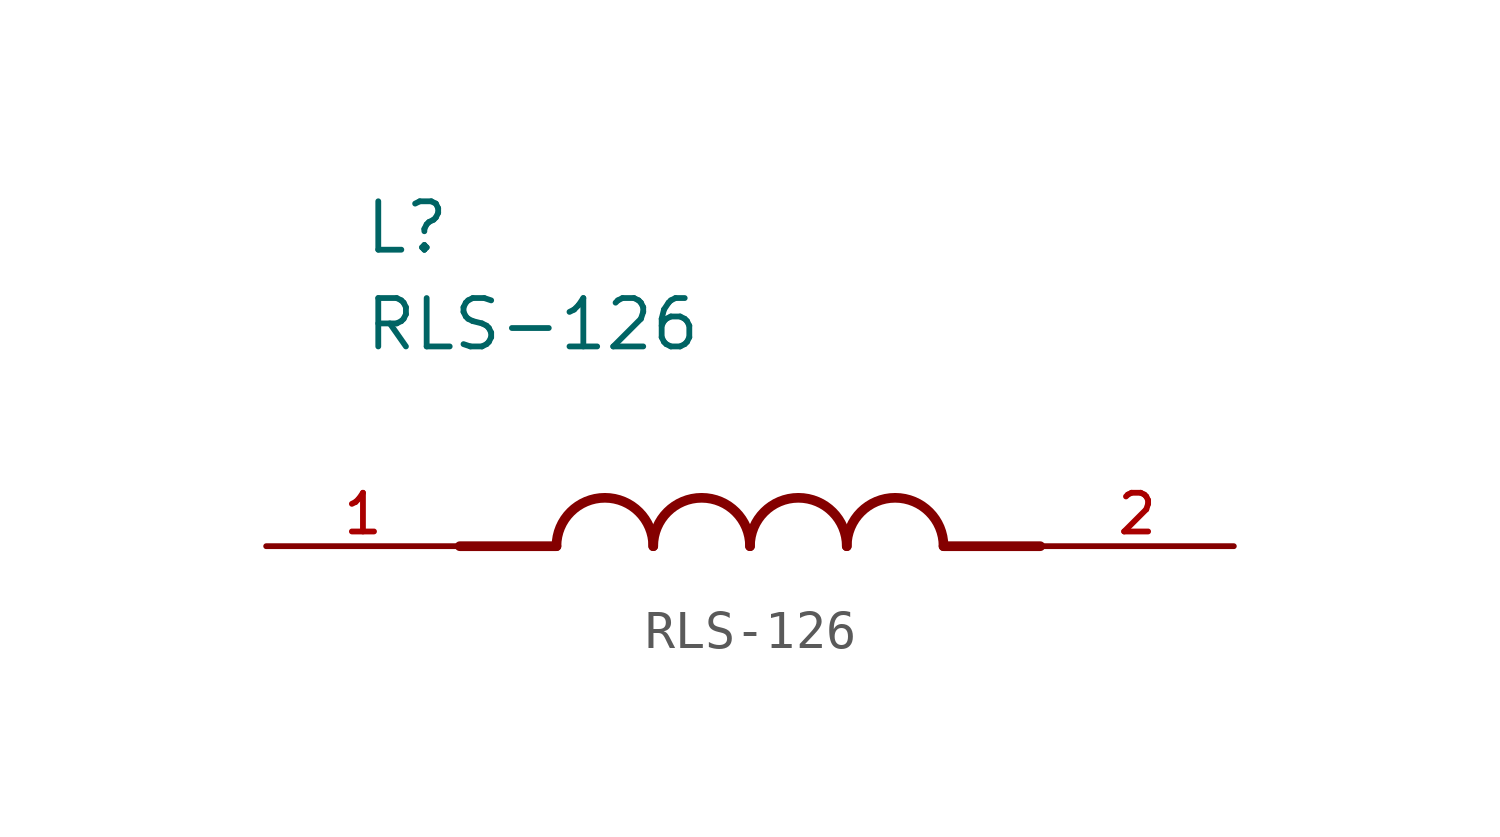
<source format=kicad_sym>
(kicad_symbol_lib
  (version 20220914)
  (generator kicad_symbol_editor)
  (symbol "RLS-126"
    (pin_names
      (offset 1.016))
    (property "Reference" "L"
      (at -10.16 7.62 0)
      (effects (font (size 1.27 1.27)) (justify left bottom)))
    (property "Value" "RLS-126"
      (at -10.16 5.08 0)
      (effects (font (size 1.27 1.27)) (justify left bottom)))
    (symbol "RLS-126_0_0"
      (arc (start -2.54 0) (mid -3.81 1.2645) (end -5.08 0) (stroke (width 0.254) (type default)) (fill (type none)))
      (arc (start 0 0) (mid -1.27 1.2645) (end -2.54 0) (stroke (width 0.254) (type default)) (fill (type none)))
      (polyline (pts (xy -5.08 0) (xy -7.62 0)) (stroke (width 0.254) (type default)) (fill (type none)))
      (polyline (pts (xy 5.08 0) (xy 7.62 0)) (stroke (width 0.254) (type default)) (fill (type none)))
      (arc (start 2.54 0) (mid 1.27 1.2645) (end 0 0) (stroke (width 0.254) (type default)) (fill (type none)))
      (arc (start 5.08 0) (mid 3.81 1.2645) (end 2.54 0) (stroke (width 0.254) (type default)) (fill (type none))))
    (symbol "RLS-126_1_0"
      (pin power_in line (at -12.7 0 0) (length 5.08) (name "~" (effects (font (size 1.016 1.016)))) (number "1" (effects (font (size 1.016 1.016)))))
      (pin power_out line (at 12.7 0 180) (length 5.08) (name "~" (effects (font (size 1.016 1.016)))) (number "2" (effects (font (size 1.016 1.016))))))))
</source>
